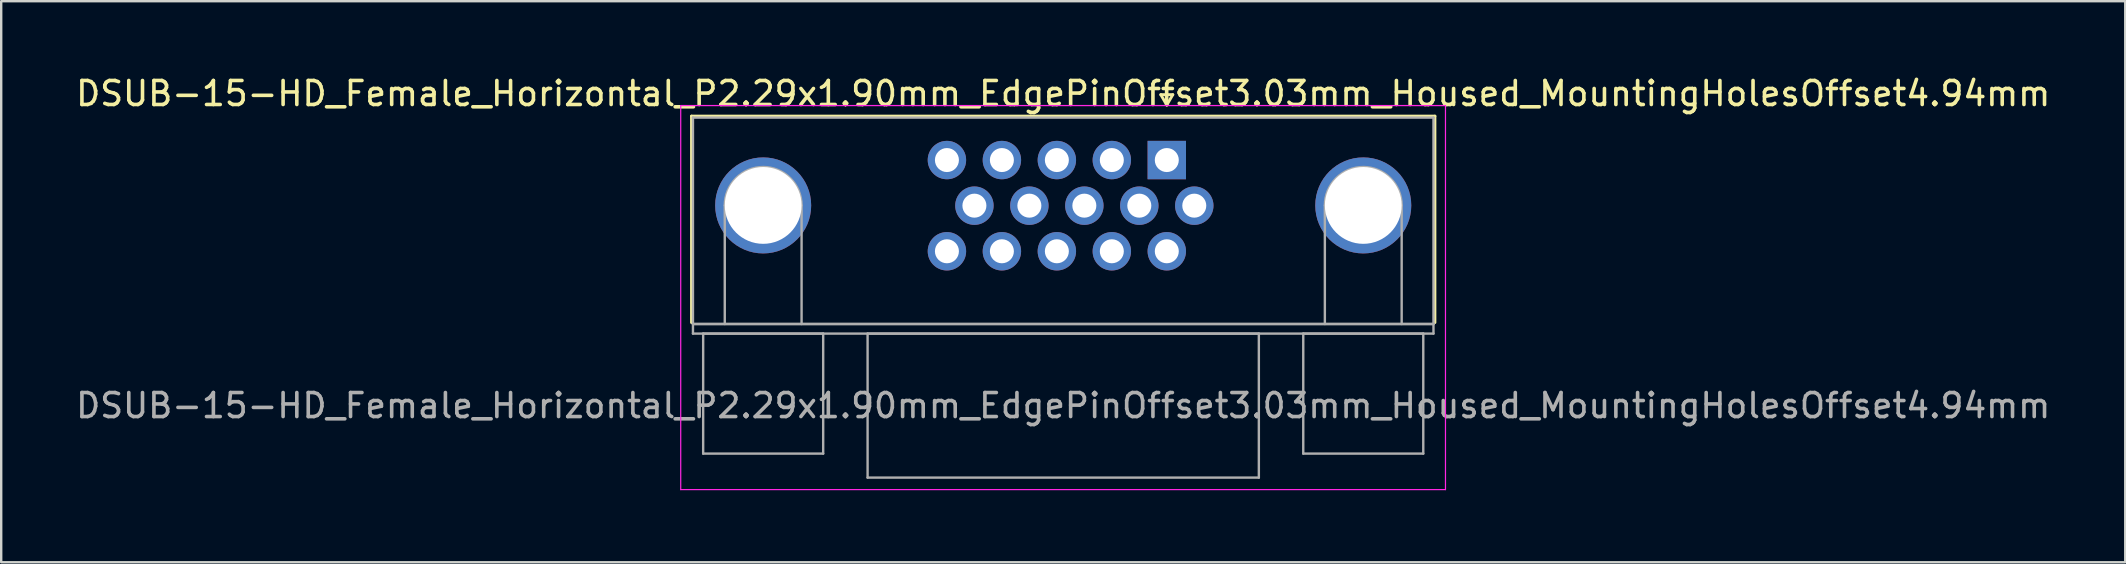
<source format=kicad_pcb>
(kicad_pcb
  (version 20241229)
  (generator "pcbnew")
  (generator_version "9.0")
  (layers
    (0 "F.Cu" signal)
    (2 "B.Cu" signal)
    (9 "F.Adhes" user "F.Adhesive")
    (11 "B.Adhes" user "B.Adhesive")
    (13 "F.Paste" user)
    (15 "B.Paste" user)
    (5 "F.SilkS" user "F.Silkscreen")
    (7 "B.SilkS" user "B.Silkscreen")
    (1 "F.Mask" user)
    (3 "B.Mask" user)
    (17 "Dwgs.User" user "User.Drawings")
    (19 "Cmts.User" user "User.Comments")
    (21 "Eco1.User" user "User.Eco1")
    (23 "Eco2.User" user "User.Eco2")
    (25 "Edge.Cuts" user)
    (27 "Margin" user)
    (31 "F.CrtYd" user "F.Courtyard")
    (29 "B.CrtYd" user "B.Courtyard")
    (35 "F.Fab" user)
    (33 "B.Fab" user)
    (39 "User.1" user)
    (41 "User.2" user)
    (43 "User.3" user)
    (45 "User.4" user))
  (footprint "DSUB-15-HD_Female_Horizontal_P2.29x1.90mm_EdgePinOffset3.03mm_Housed_MountingHolesOffset4.94mm"
    (layer "F.Cu")
    (at 45.559 3.618)
    (property "Reference" "DSUB-15-HD_Female_Horizontal_P2.29x1.90mm_EdgePinOffset3.03mm_Housed_MountingHolesOffset4.94mm" (at -4.315 -2.77 0) (layer "F.SilkS") (effects (font (size 1 1) (thickness 0.15))))
    (attr through_hole)
    (fp_line (start -19.8 -1.83) (end 11.17 -1.83) (stroke (width 0.12) (type solid)) (layer "F.SilkS"))
    (fp_line (start -19.8 6.77) (end -19.8 -1.83) (stroke (width 0.12) (type solid)) (layer "F.SilkS"))
    (fp_line (start -0.25 -2.724) (end 0.25 -2.724) (stroke (width 0.12) (type solid)) (layer "F.SilkS"))
    (fp_line (start 0 -2.291) (end -0.25 -2.724) (stroke (width 0.12) (type solid)) (layer "F.SilkS"))
    (fp_line (start 0.25 -2.724) (end 0 -2.291) (stroke (width 0.12) (type solid)) (layer "F.SilkS"))
    (fp_line (start 11.17 -1.83) (end 11.17 6.77) (stroke (width 0.12) (type solid)) (layer "F.SilkS"))
    (fp_line (start -20.25 -2.27) (end -20.25 13.73) (stroke (width 0.05) (type solid)) (layer "F.CrtYd"))
    (fp_line (start -20.25 13.73) (end 11.61 13.73) (stroke (width 0.05) (type solid)) (layer "F.CrtYd"))
    (fp_line (start 11.61 -2.27) (end -20.25 -2.27) (stroke (width 0.05) (type solid)) (layer "F.CrtYd"))
    (fp_line (start 11.61 13.73) (end 11.61 -2.27) (stroke (width 0.05) (type solid)) (layer "F.CrtYd"))
    (fp_line (start -19.74 -1.77) (end -19.74 6.83) (stroke (width 0.1) (type solid)) (layer "F.Fab"))
    (fp_line (start -19.74 6.83) (end -19.74 7.23) (stroke (width 0.1) (type solid)) (layer "F.Fab"))
    (fp_line (start -19.74 6.83) (end 11.11 6.83) (stroke (width 0.1) (type solid)) (layer "F.Fab"))
    (fp_line (start -19.74 7.23) (end 11.11 7.23) (stroke (width 0.1) (type solid)) (layer "F.Fab"))
    (fp_line (start -19.315 7.23) (end -19.315 12.23) (stroke (width 0.1) (type solid)) (layer "F.Fab"))
    (fp_line (start -19.315 12.23) (end -14.315 12.23) (stroke (width 0.1) (type solid)) (layer "F.Fab"))
    (fp_line (start -18.415 6.83) (end -18.415 1.89) (stroke (width 0.1) (type solid)) (layer "F.Fab"))
    (fp_line (start -15.215 6.83) (end -15.215 1.89) (stroke (width 0.1) (type solid)) (layer "F.Fab"))
    (fp_line (start -14.315 7.23) (end -19.315 7.23) (stroke (width 0.1) (type solid)) (layer "F.Fab"))
    (fp_line (start -14.315 12.23) (end -14.315 7.23) (stroke (width 0.1) (type solid)) (layer "F.Fab"))
    (fp_line (start -12.465 7.23) (end -12.465 13.23) (stroke (width 0.1) (type solid)) (layer "F.Fab"))
    (fp_line (start -12.465 13.23) (end 3.835 13.23) (stroke (width 0.1) (type solid)) (layer "F.Fab"))
    (fp_line (start 3.835 7.23) (end -12.465 7.23) (stroke (width 0.1) (type solid)) (layer "F.Fab"))
    (fp_line (start 3.835 13.23) (end 3.835 7.23) (stroke (width 0.1) (type solid)) (layer "F.Fab"))
    (fp_line (start 5.685 7.23) (end 5.685 12.23) (stroke (width 0.1) (type solid)) (layer "F.Fab"))
    (fp_line (start 5.685 12.23) (end 10.685 12.23) (stroke (width 0.1) (type solid)) (layer "F.Fab"))
    (fp_line (start 6.585 6.83) (end 6.585 1.89) (stroke (width 0.1) (type solid)) (layer "F.Fab"))
    (fp_line (start 9.785 6.83) (end 9.785 1.89) (stroke (width 0.1) (type solid)) (layer "F.Fab"))
    (fp_line (start 10.685 7.23) (end 5.685 7.23) (stroke (width 0.1) (type solid)) (layer "F.Fab"))
    (fp_line (start 10.685 12.23) (end 10.685 7.23) (stroke (width 0.1) (type solid)) (layer "F.Fab"))
    (fp_line (start 11.11 -1.77) (end -19.74 -1.77) (stroke (width 0.1) (type solid)) (layer "F.Fab"))
    (fp_line (start 11.11 6.83) (end -19.74 6.83) (stroke (width 0.1) (type solid)) (layer "F.Fab"))
    (fp_line (start 11.11 6.83) (end 11.11 -1.77) (stroke (width 0.1) (type solid)) (layer "F.Fab"))
    (fp_line (start 11.11 7.23) (end 11.11 6.83) (stroke (width 0.1) (type solid)) (layer "F.Fab"))
    (fp_arc (start -18.415 1.89) (mid -16.815 0.29) (end -15.215 1.89) (stroke (width 0.1) (type solid)) (layer "F.Fab"))
    (fp_arc (start 6.585 1.89) (mid 8.185 0.29) (end 9.785 1.89) (stroke (width 0.1) (type solid)) (layer "F.Fab"))
    (fp_text user "${REFERENCE}" (at -4.315 10.23 0) (layer "F.Fab") (effects (font (size 1 1) (thickness 0.15))))
    (pad "0" thru_hole circle (at -16.815 1.89) (size 4 4) (drill 3.2) (layers "*.Cu" "*.Mask"))
    (pad "0" thru_hole circle (at 8.185 1.89) (size 4 4) (drill 3.2) (layers "*.Cu" "*.Mask"))
    (pad "1" thru_hole rect (at 0 0) (size 1.6 1.6) (drill 1) (layers "*.Cu" "*.Mask"))
    (pad "2" thru_hole circle (at -2.29 0) (size 1.6 1.6) (drill 1) (layers "*.Cu" "*.Mask"))
    (pad "3" thru_hole circle (at -4.58 0) (size 1.6 1.6) (drill 1) (layers "*.Cu" "*.Mask"))
    (pad "4" thru_hole circle (at -6.87 0) (size 1.6 1.6) (drill 1) (layers "*.Cu" "*.Mask"))
    (pad "5" thru_hole circle (at -9.16 0) (size 1.6 1.6) (drill 1) (layers "*.Cu" "*.Mask"))
    (pad "6" thru_hole circle (at 1.145 1.9) (size 1.6 1.6) (drill 1) (layers "*.Cu" "*.Mask"))
    (pad "7" thru_hole circle (at -1.145 1.9) (size 1.6 1.6) (drill 1) (layers "*.Cu" "*.Mask"))
    (pad "8" thru_hole circle (at -3.435 1.9) (size 1.6 1.6) (drill 1) (layers "*.Cu" "*.Mask"))
    (pad "9" thru_hole circle (at -5.725 1.9) (size 1.6 1.6) (drill 1) (layers "*.Cu" "*.Mask"))
    (pad "10" thru_hole circle (at -8.015 1.9) (size 1.6 1.6) (drill 1) (layers "*.Cu" "*.Mask"))
    (pad "11" thru_hole circle (at 0 3.8) (size 1.6 1.6) (drill 1) (layers "*.Cu" "*.Mask"))
    (pad "12" thru_hole circle (at -2.29 3.8) (size 1.6 1.6) (drill 1) (layers "*.Cu" "*.Mask"))
    (pad "13" thru_hole circle (at -4.58 3.8) (size 1.6 1.6) (drill 1) (layers "*.Cu" "*.Mask"))
    (pad "14" thru_hole circle (at -6.87 3.8) (size 1.6 1.6) (drill 1) (layers "*.Cu" "*.Mask"))
    (pad "15" thru_hole circle (at -9.16 3.8) (size 1.6 1.6) (drill 1) (layers "*.Cu" "*.Mask")))
  (gr_rect
    (start -3 -3)
    (end 85.488 20.373)
    (stroke (width 0.1) (type default))
    (fill no)
    (layer "Edge.Cuts")))
</source>
